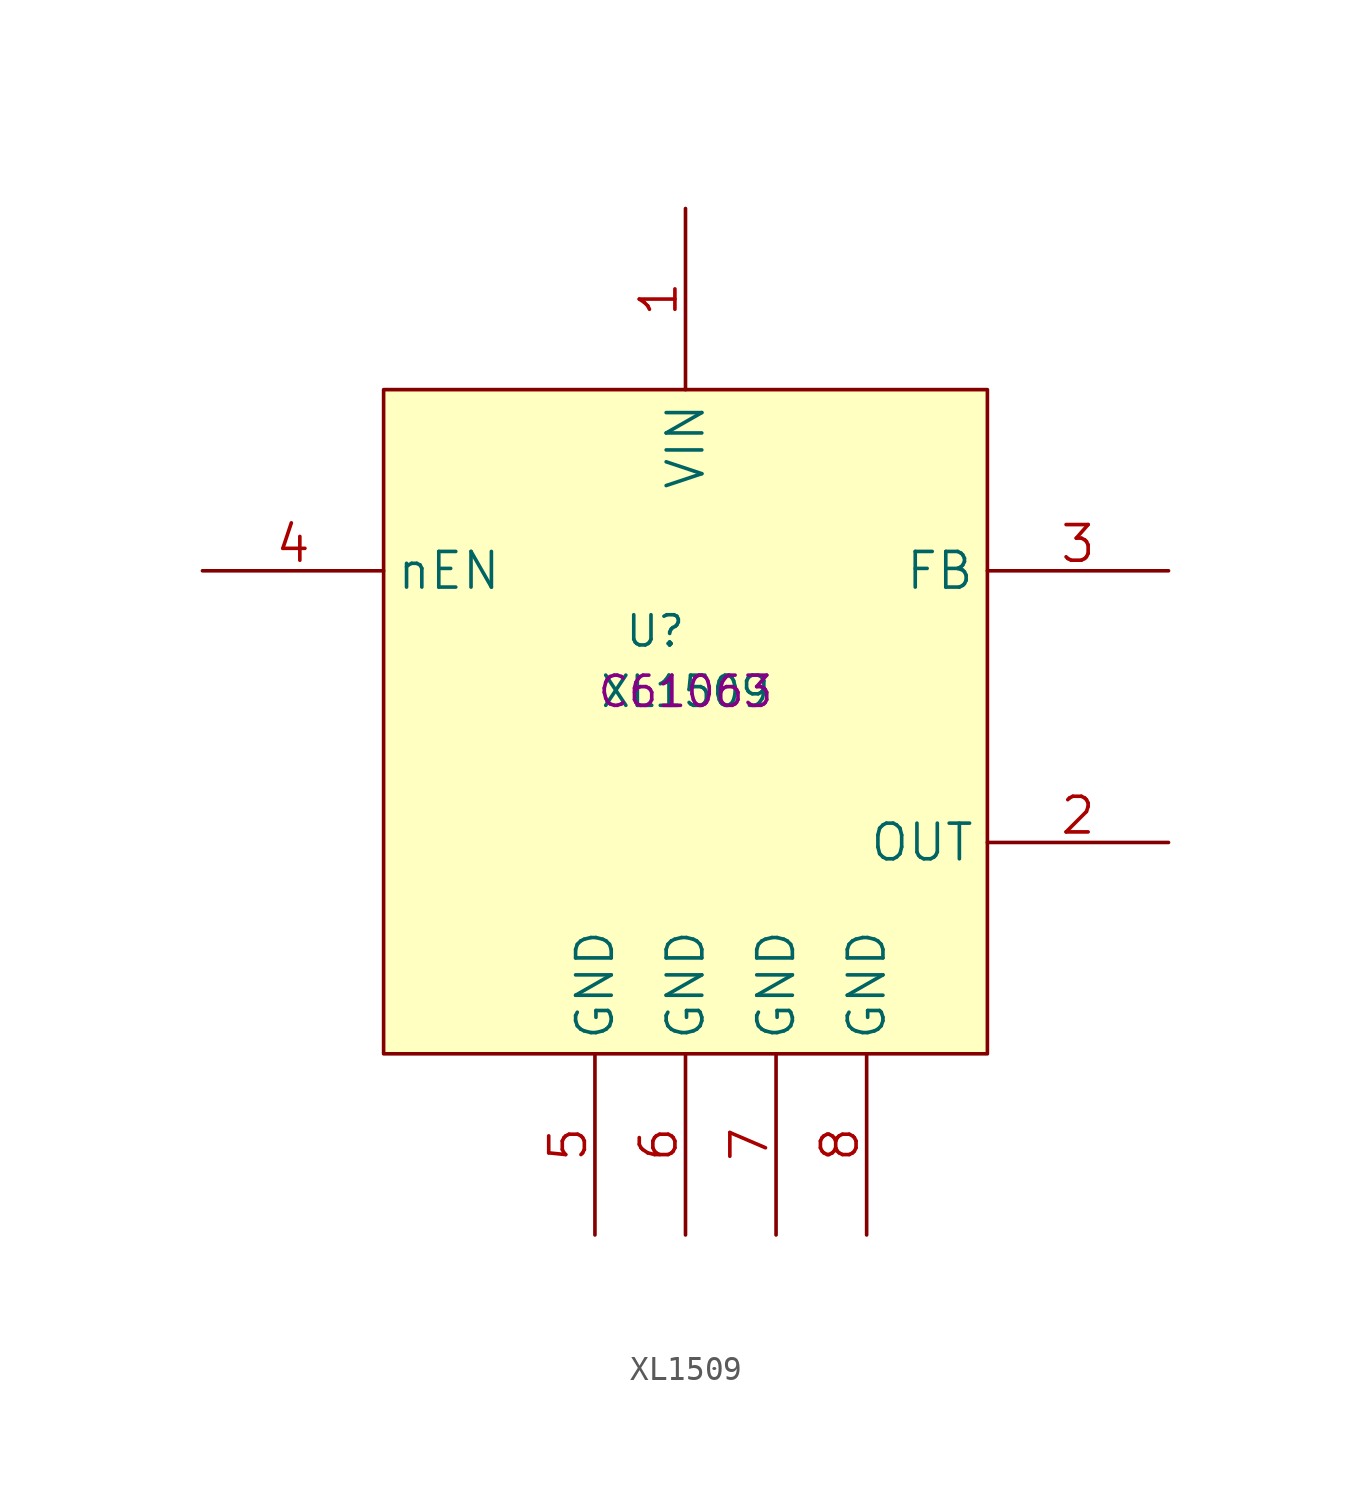
<source format=kicad_sym>
(kicad_symbol_lib
  (version 20220914)
  (generator kicad_symbol_editor)
  (symbol "XL1509"
    (property "Reference" "U"
      (at -1.27 2.54 0)
      (effects (font (size 1.27 1.27))))
    (property "Value" "XL1509"
      (at 0 0 0)
      (effects (font (size 1.27 1.27))))
    (property "LCSC" "C61063"
      (at 0 0 0)
      (effects (font (size 1.27 1.27))))
    (symbol "XL1509_0_1"
      (rectangle (start -12.7 12.7) (end 12.7 -15.24) (stroke (width 0) (type default)) (fill (type background))))
    (symbol "XL1509_1_1"
      (pin power_in line (at 0 20.32 270) (length 7.62) (name "VIN" (effects (font (size 1.499 1.499)))) (number "1" (effects (font (size 1.499 1.499)))))
      (pin unspecified line (at 20.32 -6.35 180) (length 7.62) (name "OUT" (effects (font (size 1.499 1.499)))) (number "2" (effects (font (size 1.499 1.499)))))
      (pin input line (at 20.32 5.08 180) (length 7.62) (name "FB" (effects (font (size 1.499 1.499)))) (number "3" (effects (font (size 1.499 1.499)))))
      (pin input line (at -20.32 5.08 0) (length 7.62) (name "nEN" (effects (font (size 1.499 1.499)))) (number "4" (effects (font (size 1.499 1.499)))))
      (pin power_in line (at -3.81 -22.86 90) (length 7.62) (name "GND" (effects (font (size 1.499 1.499)))) (number "5" (effects (font (size 1.499 1.499)))))
      (pin power_in line (at 0 -22.86 90) (length 7.62) (name "GND" (effects (font (size 1.499 1.499)))) (number "6" (effects (font (size 1.499 1.499)))))
      (pin power_in line (at 3.81 -22.86 90) (length 7.62) (name "GND" (effects (font (size 1.499 1.499)))) (number "7" (effects (font (size 1.499 1.499)))))
      (pin power_in line (at 7.62 -22.86 90) (length 7.62) (name "GND" (effects (font (size 1.499 1.499)))) (number "8" (effects (font (size 1.499 1.499))))))))
</source>
